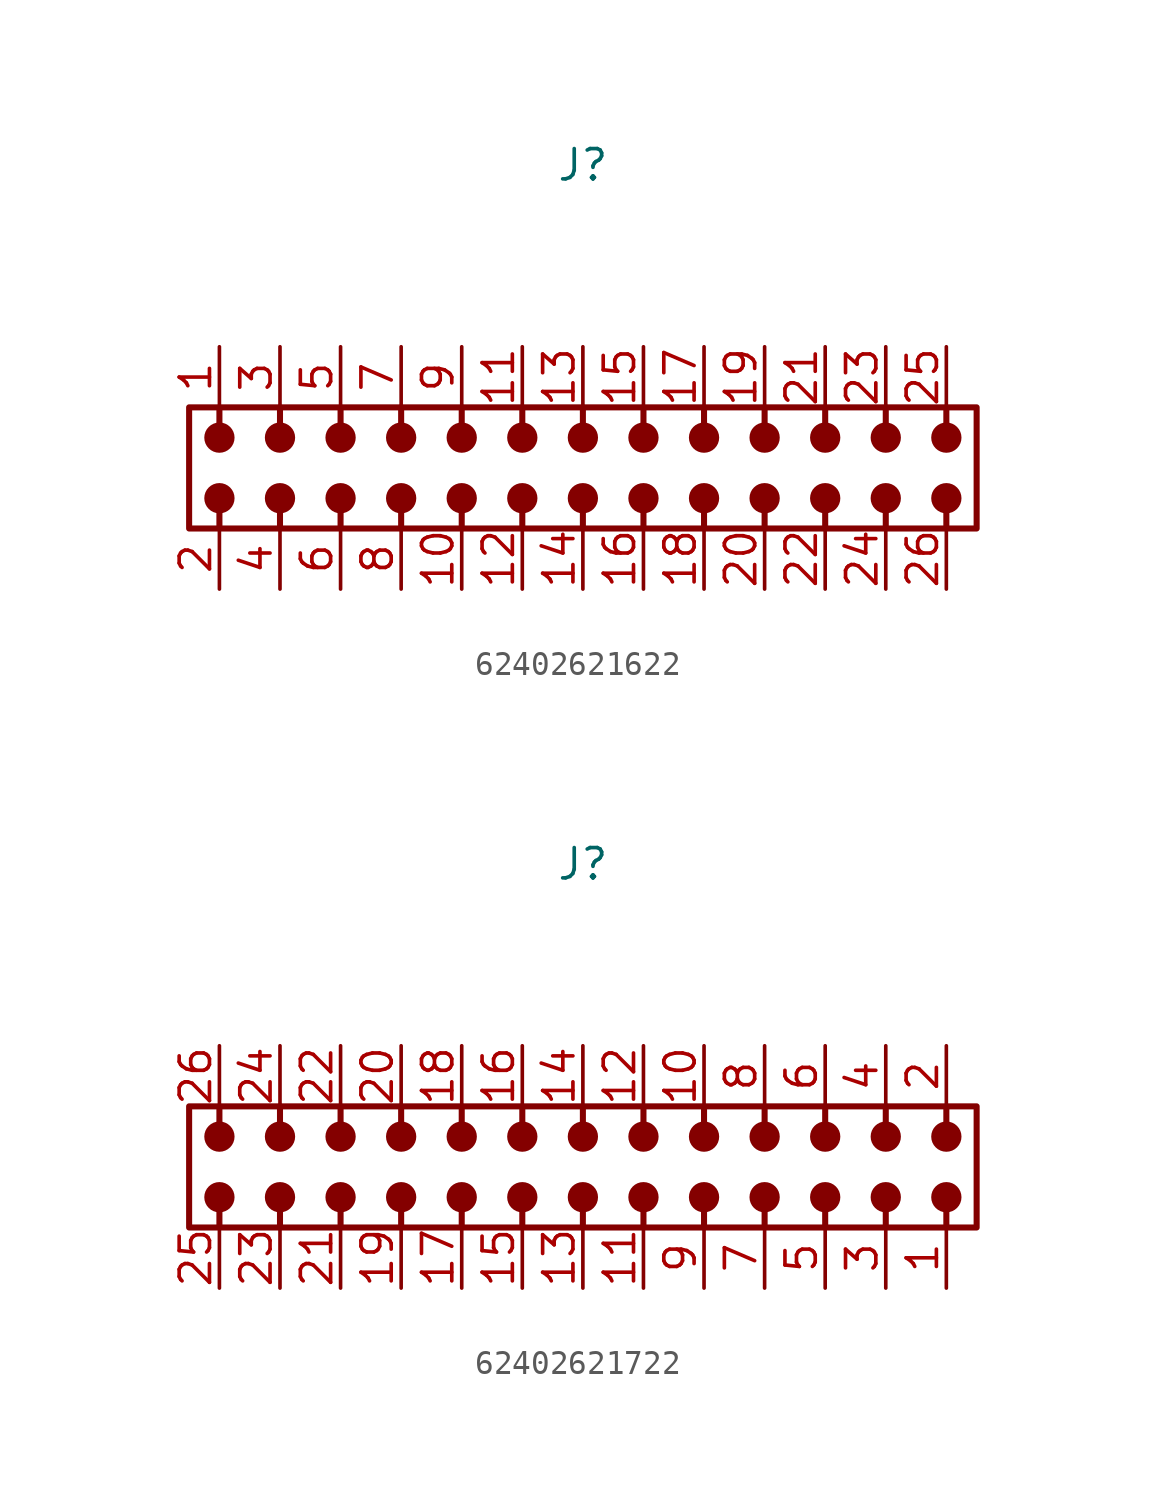
<source format=kicad_sym>
(kicad_symbol_lib
  (version 20241209)
  (generator "kicad_symbol_editor")
  (generator_version "9.0")
  (symbol "62402621622"
    (pin_names
      (hide yes))
    (property "Reference" "J"
      (at 0 12.7 0)
      (effects (font (size 1.27 1.27))))
    (symbol "62402621622_1_1"
      (rectangle (start -16.51 2.54) (end 16.51 -2.54) (stroke (width 0.254) (type solid)) (fill (type none)))
      (polyline (pts (xy -15.24 1.778) (xy -15.24 2.54)) (stroke (width 0.254) (type solid)) (fill (type none)))
      (circle (center -15.24 1.27) (radius 0.508) (stroke (width 0.254) (type solid)) (fill (type outline)))
      (circle (center -15.24 -1.27) (radius 0.508) (stroke (width 0.254) (type solid)) (fill (type outline)))
      (polyline (pts (xy -15.24 -1.778) (xy -15.24 -2.54)) (stroke (width 0.254) (type solid)) (fill (type none)))
      (polyline (pts (xy -12.7 1.778) (xy -12.7 2.54)) (stroke (width 0.254) (type solid)) (fill (type none)))
      (circle (center -12.7 1.27) (radius 0.508) (stroke (width 0.254) (type solid)) (fill (type outline)))
      (circle (center -12.7 -1.27) (radius 0.508) (stroke (width 0.254) (type solid)) (fill (type outline)))
      (polyline (pts (xy -12.7 -1.778) (xy -12.7 -2.54)) (stroke (width 0.254) (type solid)) (fill (type none)))
      (polyline (pts (xy -10.16 1.778) (xy -10.16 2.54)) (stroke (width 0.254) (type solid)) (fill (type none)))
      (circle (center -10.16 1.27) (radius 0.508) (stroke (width 0.254) (type solid)) (fill (type outline)))
      (circle (center -10.16 -1.27) (radius 0.508) (stroke (width 0.254) (type solid)) (fill (type outline)))
      (polyline (pts (xy -10.16 -1.778) (xy -10.16 -2.54)) (stroke (width 0.254) (type solid)) (fill (type none)))
      (polyline (pts (xy -7.62 1.778) (xy -7.62 2.54)) (stroke (width 0.254) (type solid)) (fill (type none)))
      (circle (center -7.62 1.27) (radius 0.508) (stroke (width 0.254) (type solid)) (fill (type outline)))
      (circle (center -7.62 -1.27) (radius 0.508) (stroke (width 0.254) (type solid)) (fill (type outline)))
      (polyline (pts (xy -7.62 -1.778) (xy -7.62 -2.54)) (stroke (width 0.254) (type solid)) (fill (type none)))
      (polyline (pts (xy -5.08 1.778) (xy -5.08 2.54)) (stroke (width 0.254) (type solid)) (fill (type none)))
      (circle (center -5.08 1.27) (radius 0.508) (stroke (width 0.254) (type solid)) (fill (type outline)))
      (circle (center -5.08 -1.27) (radius 0.508) (stroke (width 0.254) (type solid)) (fill (type outline)))
      (polyline (pts (xy -5.08 -1.778) (xy -5.08 -2.54)) (stroke (width 0.254) (type solid)) (fill (type none)))
      (polyline (pts (xy -2.54 1.778) (xy -2.54 2.54)) (stroke (width 0.254) (type solid)) (fill (type none)))
      (circle (center -2.54 1.27) (radius 0.508) (stroke (width 0.254) (type solid)) (fill (type outline)))
      (circle (center -2.54 -1.27) (radius 0.508) (stroke (width 0.254) (type solid)) (fill (type outline)))
      (polyline (pts (xy -2.54 -1.778) (xy -2.54 -2.54)) (stroke (width 0.254) (type solid)) (fill (type none)))
      (polyline (pts (xy 0 1.778) (xy 0 2.54)) (stroke (width 0.254) (type solid)) (fill (type none)))
      (circle (center 0 1.27) (radius 0.508) (stroke (width 0.254) (type solid)) (fill (type outline)))
      (circle (center 0 -1.27) (radius 0.508) (stroke (width 0.254) (type solid)) (fill (type outline)))
      (polyline (pts (xy 0 -1.778) (xy 0 -2.54)) (stroke (width 0.254) (type solid)) (fill (type none)))
      (polyline (pts (xy 2.54 1.778) (xy 2.54 2.54)) (stroke (width 0.254) (type solid)) (fill (type none)))
      (circle (center 2.54 1.27) (radius 0.508) (stroke (width 0.254) (type solid)) (fill (type outline)))
      (circle (center 2.54 -1.27) (radius 0.508) (stroke (width 0.254) (type solid)) (fill (type outline)))
      (polyline (pts (xy 2.54 -1.778) (xy 2.54 -2.54)) (stroke (width 0.254) (type solid)) (fill (type none)))
      (polyline (pts (xy 5.08 1.778) (xy 5.08 2.54)) (stroke (width 0.254) (type solid)) (fill (type none)))
      (circle (center 5.08 1.27) (radius 0.508) (stroke (width 0.254) (type solid)) (fill (type outline)))
      (circle (center 5.08 -1.27) (radius 0.508) (stroke (width 0.254) (type solid)) (fill (type outline)))
      (polyline (pts (xy 5.08 -1.778) (xy 5.08 -2.54)) (stroke (width 0.254) (type solid)) (fill (type none)))
      (polyline (pts (xy 7.62 1.778) (xy 7.62 2.54)) (stroke (width 0.254) (type solid)) (fill (type none)))
      (circle (center 7.62 1.27) (radius 0.508) (stroke (width 0.254) (type solid)) (fill (type outline)))
      (circle (center 7.62 -1.27) (radius 0.508) (stroke (width 0.254) (type solid)) (fill (type outline)))
      (polyline (pts (xy 7.62 -1.778) (xy 7.62 -2.54)) (stroke (width 0.254) (type solid)) (fill (type none)))
      (polyline (pts (xy 10.16 1.778) (xy 10.16 2.54)) (stroke (width 0.254) (type solid)) (fill (type none)))
      (circle (center 10.16 1.27) (radius 0.508) (stroke (width 0.254) (type solid)) (fill (type outline)))
      (circle (center 10.16 -1.27) (radius 0.508) (stroke (width 0.254) (type solid)) (fill (type outline)))
      (polyline (pts (xy 10.16 -1.778) (xy 10.16 -2.54)) (stroke (width 0.254) (type solid)) (fill (type none)))
      (polyline (pts (xy 12.7 1.778) (xy 12.7 2.54)) (stroke (width 0.254) (type solid)) (fill (type none)))
      (circle (center 12.7 1.27) (radius 0.508) (stroke (width 0.254) (type solid)) (fill (type outline)))
      (circle (center 12.7 -1.27) (radius 0.508) (stroke (width 0.254) (type solid)) (fill (type outline)))
      (polyline (pts (xy 12.7 -1.778) (xy 12.7 -2.54)) (stroke (width 0.254) (type solid)) (fill (type none)))
      (polyline (pts (xy 15.24 1.778) (xy 15.24 2.54)) (stroke (width 0.254) (type solid)) (fill (type none)))
      (circle (center 15.24 1.27) (radius 0.508) (stroke (width 0.254) (type solid)) (fill (type outline)))
      (circle (center 15.24 -1.27) (radius 0.508) (stroke (width 0.254) (type solid)) (fill (type outline)))
      (polyline (pts (xy 15.24 -1.778) (xy 15.24 -2.54)) (stroke (width 0.254) (type solid)) (fill (type none)))
      (pin passive line (at -15.24 5.08 270) (length 2.54) (name "1" (effects (font (size 1.27 1.27)))) (number "1" (effects (font (size 1.27 1.27)))))
      (pin passive line (at -15.24 -5.08 90) (length 2.54) (name "2" (effects (font (size 1.27 1.27)))) (number "2" (effects (font (size 1.27 1.27)))))
      (pin passive line (at -12.7 5.08 270) (length 2.54) (name "3" (effects (font (size 1.27 1.27)))) (number "3" (effects (font (size 1.27 1.27)))))
      (pin passive line (at -12.7 -5.08 90) (length 2.54) (name "4" (effects (font (size 1.27 1.27)))) (number "4" (effects (font (size 1.27 1.27)))))
      (pin passive line (at -10.16 5.08 270) (length 2.54) (name "5" (effects (font (size 1.27 1.27)))) (number "5" (effects (font (size 1.27 1.27)))))
      (pin passive line (at -10.16 -5.08 90) (length 2.54) (name "6" (effects (font (size 1.27 1.27)))) (number "6" (effects (font (size 1.27 1.27)))))
      (pin passive line (at -7.62 5.08 270) (length 2.54) (name "7" (effects (font (size 1.27 1.27)))) (number "7" (effects (font (size 1.27 1.27)))))
      (pin passive line (at -7.62 -5.08 90) (length 2.54) (name "8" (effects (font (size 1.27 1.27)))) (number "8" (effects (font (size 1.27 1.27)))))
      (pin passive line (at -5.08 5.08 270) (length 2.54) (name "9" (effects (font (size 1.27 1.27)))) (number "9" (effects (font (size 1.27 1.27)))))
      (pin passive line (at -5.08 -5.08 90) (length 2.54) (name "10" (effects (font (size 1.27 1.27)))) (number "10" (effects (font (size 1.27 1.27)))))
      (pin passive line (at -2.54 5.08 270) (length 2.54) (name "11" (effects (font (size 1.27 1.27)))) (number "11" (effects (font (size 1.27 1.27)))))
      (pin passive line (at -2.54 -5.08 90) (length 2.54) (name "12" (effects (font (size 1.27 1.27)))) (number "12" (effects (font (size 1.27 1.27)))))
      (pin passive line (at 0 5.08 270) (length 2.54) (name "13" (effects (font (size 1.27 1.27)))) (number "13" (effects (font (size 1.27 1.27)))))
      (pin passive line (at 0 -5.08 90) (length 2.54) (name "14" (effects (font (size 1.27 1.27)))) (number "14" (effects (font (size 1.27 1.27)))))
      (pin passive line (at 2.54 5.08 270) (length 2.54) (name "15" (effects (font (size 1.27 1.27)))) (number "15" (effects (font (size 1.27 1.27)))))
      (pin passive line (at 2.54 -5.08 90) (length 2.54) (name "16" (effects (font (size 1.27 1.27)))) (number "16" (effects (font (size 1.27 1.27)))))
      (pin passive line (at 5.08 5.08 270) (length 2.54) (name "17" (effects (font (size 1.27 1.27)))) (number "17" (effects (font (size 1.27 1.27)))))
      (pin passive line (at 5.08 -5.08 90) (length 2.54) (name "18" (effects (font (size 1.27 1.27)))) (number "18" (effects (font (size 1.27 1.27)))))
      (pin passive line (at 7.62 5.08 270) (length 2.54) (name "19" (effects (font (size 1.27 1.27)))) (number "19" (effects (font (size 1.27 1.27)))))
      (pin passive line (at 7.62 -5.08 90) (length 2.54) (name "20" (effects (font (size 1.27 1.27)))) (number "20" (effects (font (size 1.27 1.27)))))
      (pin passive line (at 10.16 5.08 270) (length 2.54) (name "21" (effects (font (size 1.27 1.27)))) (number "21" (effects (font (size 1.27 1.27)))))
      (pin passive line (at 10.16 -5.08 90) (length 2.54) (name "22" (effects (font (size 1.27 1.27)))) (number "22" (effects (font (size 1.27 1.27)))))
      (pin passive line (at 12.7 5.08 270) (length 2.54) (name "23" (effects (font (size 1.27 1.27)))) (number "23" (effects (font (size 1.27 1.27)))))
      (pin passive line (at 12.7 -5.08 90) (length 2.54) (name "24" (effects (font (size 1.27 1.27)))) (number "24" (effects (font (size 1.27 1.27)))))
      (pin passive line (at 15.24 5.08 270) (length 2.54) (name "25" (effects (font (size 1.27 1.27)))) (number "25" (effects (font (size 1.27 1.27)))))
      (pin passive line (at 15.24 -5.08 90) (length 2.54) (name "26" (effects (font (size 1.27 1.27)))) (number "26" (effects (font (size 1.27 1.27)))))))
  (symbol "62402621722"
    (pin_names
      (hide yes))
    (property "Reference" "J"
      (at 0 12.7 0)
      (effects (font (size 1.27 1.27))))
    (symbol "62402621722_1_1"
      (rectangle (start -16.51 2.54) (end 16.51 -2.54) (stroke (width 0.254) (type solid)) (fill (type none)))
      (polyline (pts (xy -15.24 1.778) (xy -15.24 2.54)) (stroke (width 0.254) (type solid)) (fill (type none)))
      (circle (center -15.24 1.27) (radius 0.508) (stroke (width 0.254) (type solid)) (fill (type outline)))
      (circle (center -15.24 -1.27) (radius 0.508) (stroke (width 0.254) (type solid)) (fill (type outline)))
      (polyline (pts (xy -15.24 -1.778) (xy -15.24 -2.54)) (stroke (width 0.254) (type solid)) (fill (type none)))
      (polyline (pts (xy -12.7 1.778) (xy -12.7 2.54)) (stroke (width 0.254) (type solid)) (fill (type none)))
      (circle (center -12.7 1.27) (radius 0.508) (stroke (width 0.254) (type solid)) (fill (type outline)))
      (circle (center -12.7 -1.27) (radius 0.508) (stroke (width 0.254) (type solid)) (fill (type outline)))
      (polyline (pts (xy -12.7 -1.778) (xy -12.7 -2.54)) (stroke (width 0.254) (type solid)) (fill (type none)))
      (polyline (pts (xy -10.16 1.778) (xy -10.16 2.54)) (stroke (width 0.254) (type solid)) (fill (type none)))
      (circle (center -10.16 1.27) (radius 0.508) (stroke (width 0.254) (type solid)) (fill (type outline)))
      (circle (center -10.16 -1.27) (radius 0.508) (stroke (width 0.254) (type solid)) (fill (type outline)))
      (polyline (pts (xy -10.16 -1.778) (xy -10.16 -2.54)) (stroke (width 0.254) (type solid)) (fill (type none)))
      (polyline (pts (xy -7.62 1.778) (xy -7.62 2.54)) (stroke (width 0.254) (type solid)) (fill (type none)))
      (circle (center -7.62 1.27) (radius 0.508) (stroke (width 0.254) (type solid)) (fill (type outline)))
      (circle (center -7.62 -1.27) (radius 0.508) (stroke (width 0.254) (type solid)) (fill (type outline)))
      (polyline (pts (xy -7.62 -1.778) (xy -7.62 -2.54)) (stroke (width 0.254) (type solid)) (fill (type none)))
      (polyline (pts (xy -5.08 1.778) (xy -5.08 2.54)) (stroke (width 0.254) (type solid)) (fill (type none)))
      (circle (center -5.08 1.27) (radius 0.508) (stroke (width 0.254) (type solid)) (fill (type outline)))
      (circle (center -5.08 -1.27) (radius 0.508) (stroke (width 0.254) (type solid)) (fill (type outline)))
      (polyline (pts (xy -5.08 -1.778) (xy -5.08 -2.54)) (stroke (width 0.254) (type solid)) (fill (type none)))
      (polyline (pts (xy -2.54 1.778) (xy -2.54 2.54)) (stroke (width 0.254) (type solid)) (fill (type none)))
      (circle (center -2.54 1.27) (radius 0.508) (stroke (width 0.254) (type solid)) (fill (type outline)))
      (circle (center -2.54 -1.27) (radius 0.508) (stroke (width 0.254) (type solid)) (fill (type outline)))
      (polyline (pts (xy -2.54 -1.778) (xy -2.54 -2.54)) (stroke (width 0.254) (type solid)) (fill (type none)))
      (polyline (pts (xy 0 1.778) (xy 0 2.54)) (stroke (width 0.254) (type solid)) (fill (type none)))
      (circle (center 0 1.27) (radius 0.508) (stroke (width 0.254) (type solid)) (fill (type outline)))
      (circle (center 0 -1.27) (radius 0.508) (stroke (width 0.254) (type solid)) (fill (type outline)))
      (polyline (pts (xy 0 -1.778) (xy 0 -2.54)) (stroke (width 0.254) (type solid)) (fill (type none)))
      (polyline (pts (xy 2.54 1.778) (xy 2.54 2.54)) (stroke (width 0.254) (type solid)) (fill (type none)))
      (circle (center 2.54 1.27) (radius 0.508) (stroke (width 0.254) (type solid)) (fill (type outline)))
      (circle (center 2.54 -1.27) (radius 0.508) (stroke (width 0.254) (type solid)) (fill (type outline)))
      (polyline (pts (xy 2.54 -1.778) (xy 2.54 -2.54)) (stroke (width 0.254) (type solid)) (fill (type none)))
      (polyline (pts (xy 5.08 1.778) (xy 5.08 2.54)) (stroke (width 0.254) (type solid)) (fill (type none)))
      (circle (center 5.08 1.27) (radius 0.508) (stroke (width 0.254) (type solid)) (fill (type outline)))
      (circle (center 5.08 -1.27) (radius 0.508) (stroke (width 0.254) (type solid)) (fill (type outline)))
      (polyline (pts (xy 5.08 -1.778) (xy 5.08 -2.54)) (stroke (width 0.254) (type solid)) (fill (type none)))
      (polyline (pts (xy 7.62 1.778) (xy 7.62 2.54)) (stroke (width 0.254) (type solid)) (fill (type none)))
      (circle (center 7.62 1.27) (radius 0.508) (stroke (width 0.254) (type solid)) (fill (type outline)))
      (circle (center 7.62 -1.27) (radius 0.508) (stroke (width 0.254) (type solid)) (fill (type outline)))
      (polyline (pts (xy 7.62 -1.778) (xy 7.62 -2.54)) (stroke (width 0.254) (type solid)) (fill (type none)))
      (polyline (pts (xy 10.16 1.778) (xy 10.16 2.54)) (stroke (width 0.254) (type solid)) (fill (type none)))
      (circle (center 10.16 1.27) (radius 0.508) (stroke (width 0.254) (type solid)) (fill (type outline)))
      (circle (center 10.16 -1.27) (radius 0.508) (stroke (width 0.254) (type solid)) (fill (type outline)))
      (polyline (pts (xy 10.16 -1.778) (xy 10.16 -2.54)) (stroke (width 0.254) (type solid)) (fill (type none)))
      (polyline (pts (xy 12.7 1.778) (xy 12.7 2.54)) (stroke (width 0.254) (type solid)) (fill (type none)))
      (circle (center 12.7 1.27) (radius 0.508) (stroke (width 0.254) (type solid)) (fill (type outline)))
      (circle (center 12.7 -1.27) (radius 0.508) (stroke (width 0.254) (type solid)) (fill (type outline)))
      (polyline (pts (xy 12.7 -1.778) (xy 12.7 -2.54)) (stroke (width 0.254) (type solid)) (fill (type none)))
      (polyline (pts (xy 15.24 1.778) (xy 15.24 2.54)) (stroke (width 0.254) (type solid)) (fill (type none)))
      (circle (center 15.24 1.27) (radius 0.508) (stroke (width 0.254) (type solid)) (fill (type outline)))
      (circle (center 15.24 -1.27) (radius 0.508) (stroke (width 0.254) (type solid)) (fill (type outline)))
      (polyline (pts (xy 15.24 -1.778) (xy 15.24 -2.54)) (stroke (width 0.254) (type solid)) (fill (type none)))
      (pin passive line (at -15.24 5.08 270) (length 2.54) (name "26" (effects (font (size 1.27 1.27)))) (number "26" (effects (font (size 1.27 1.27)))))
      (pin passive line (at -15.24 -5.08 90) (length 2.54) (name "25" (effects (font (size 1.27 1.27)))) (number "25" (effects (font (size 1.27 1.27)))))
      (pin passive line (at -12.7 5.08 270) (length 2.54) (name "24" (effects (font (size 1.27 1.27)))) (number "24" (effects (font (size 1.27 1.27)))))
      (pin passive line (at -12.7 -5.08 90) (length 2.54) (name "23" (effects (font (size 1.27 1.27)))) (number "23" (effects (font (size 1.27 1.27)))))
      (pin passive line (at -10.16 5.08 270) (length 2.54) (name "22" (effects (font (size 1.27 1.27)))) (number "22" (effects (font (size 1.27 1.27)))))
      (pin passive line (at -10.16 -5.08 90) (length 2.54) (name "21" (effects (font (size 1.27 1.27)))) (number "21" (effects (font (size 1.27 1.27)))))
      (pin passive line (at -7.62 5.08 270) (length 2.54) (name "20" (effects (font (size 1.27 1.27)))) (number "20" (effects (font (size 1.27 1.27)))))
      (pin passive line (at -7.62 -5.08 90) (length 2.54) (name "19" (effects (font (size 1.27 1.27)))) (number "19" (effects (font (size 1.27 1.27)))))
      (pin passive line (at -5.08 5.08 270) (length 2.54) (name "18" (effects (font (size 1.27 1.27)))) (number "18" (effects (font (size 1.27 1.27)))))
      (pin passive line (at -5.08 -5.08 90) (length 2.54) (name "17" (effects (font (size 1.27 1.27)))) (number "17" (effects (font (size 1.27 1.27)))))
      (pin passive line (at -2.54 5.08 270) (length 2.54) (name "16" (effects (font (size 1.27 1.27)))) (number "16" (effects (font (size 1.27 1.27)))))
      (pin passive line (at -2.54 -5.08 90) (length 2.54) (name "15" (effects (font (size 1.27 1.27)))) (number "15" (effects (font (size 1.27 1.27)))))
      (pin passive line (at 0 5.08 270) (length 2.54) (name "14" (effects (font (size 1.27 1.27)))) (number "14" (effects (font (size 1.27 1.27)))))
      (pin passive line (at 0 -5.08 90) (length 2.54) (name "13" (effects (font (size 1.27 1.27)))) (number "13" (effects (font (size 1.27 1.27)))))
      (pin passive line (at 2.54 5.08 270) (length 2.54) (name "12" (effects (font (size 1.27 1.27)))) (number "12" (effects (font (size 1.27 1.27)))))
      (pin passive line (at 2.54 -5.08 90) (length 2.54) (name "11" (effects (font (size 1.27 1.27)))) (number "11" (effects (font (size 1.27 1.27)))))
      (pin passive line (at 5.08 5.08 270) (length 2.54) (name "10" (effects (font (size 1.27 1.27)))) (number "10" (effects (font (size 1.27 1.27)))))
      (pin passive line (at 5.08 -5.08 90) (length 2.54) (name "9" (effects (font (size 1.27 1.27)))) (number "9" (effects (font (size 1.27 1.27)))))
      (pin passive line (at 7.62 5.08 270) (length 2.54) (name "8" (effects (font (size 1.27 1.27)))) (number "8" (effects (font (size 1.27 1.27)))))
      (pin passive line (at 7.62 -5.08 90) (length 2.54) (name "7" (effects (font (size 1.27 1.27)))) (number "7" (effects (font (size 1.27 1.27)))))
      (pin passive line (at 10.16 5.08 270) (length 2.54) (name "6" (effects (font (size 1.27 1.27)))) (number "6" (effects (font (size 1.27 1.27)))))
      (pin passive line (at 10.16 -5.08 90) (length 2.54) (name "5" (effects (font (size 1.27 1.27)))) (number "5" (effects (font (size 1.27 1.27)))))
      (pin passive line (at 12.7 5.08 270) (length 2.54) (name "4" (effects (font (size 1.27 1.27)))) (number "4" (effects (font (size 1.27 1.27)))))
      (pin passive line (at 12.7 -5.08 90) (length 2.54) (name "3" (effects (font (size 1.27 1.27)))) (number "3" (effects (font (size 1.27 1.27)))))
      (pin passive line (at 15.24 5.08 270) (length 2.54) (name "2" (effects (font (size 1.27 1.27)))) (number "2" (effects (font (size 1.27 1.27)))))
      (pin passive line (at 15.24 -5.08 90) (length 2.54) (name "1" (effects (font (size 1.27 1.27)))) (number "1" (effects (font (size 1.27 1.27))))))))
</source>
